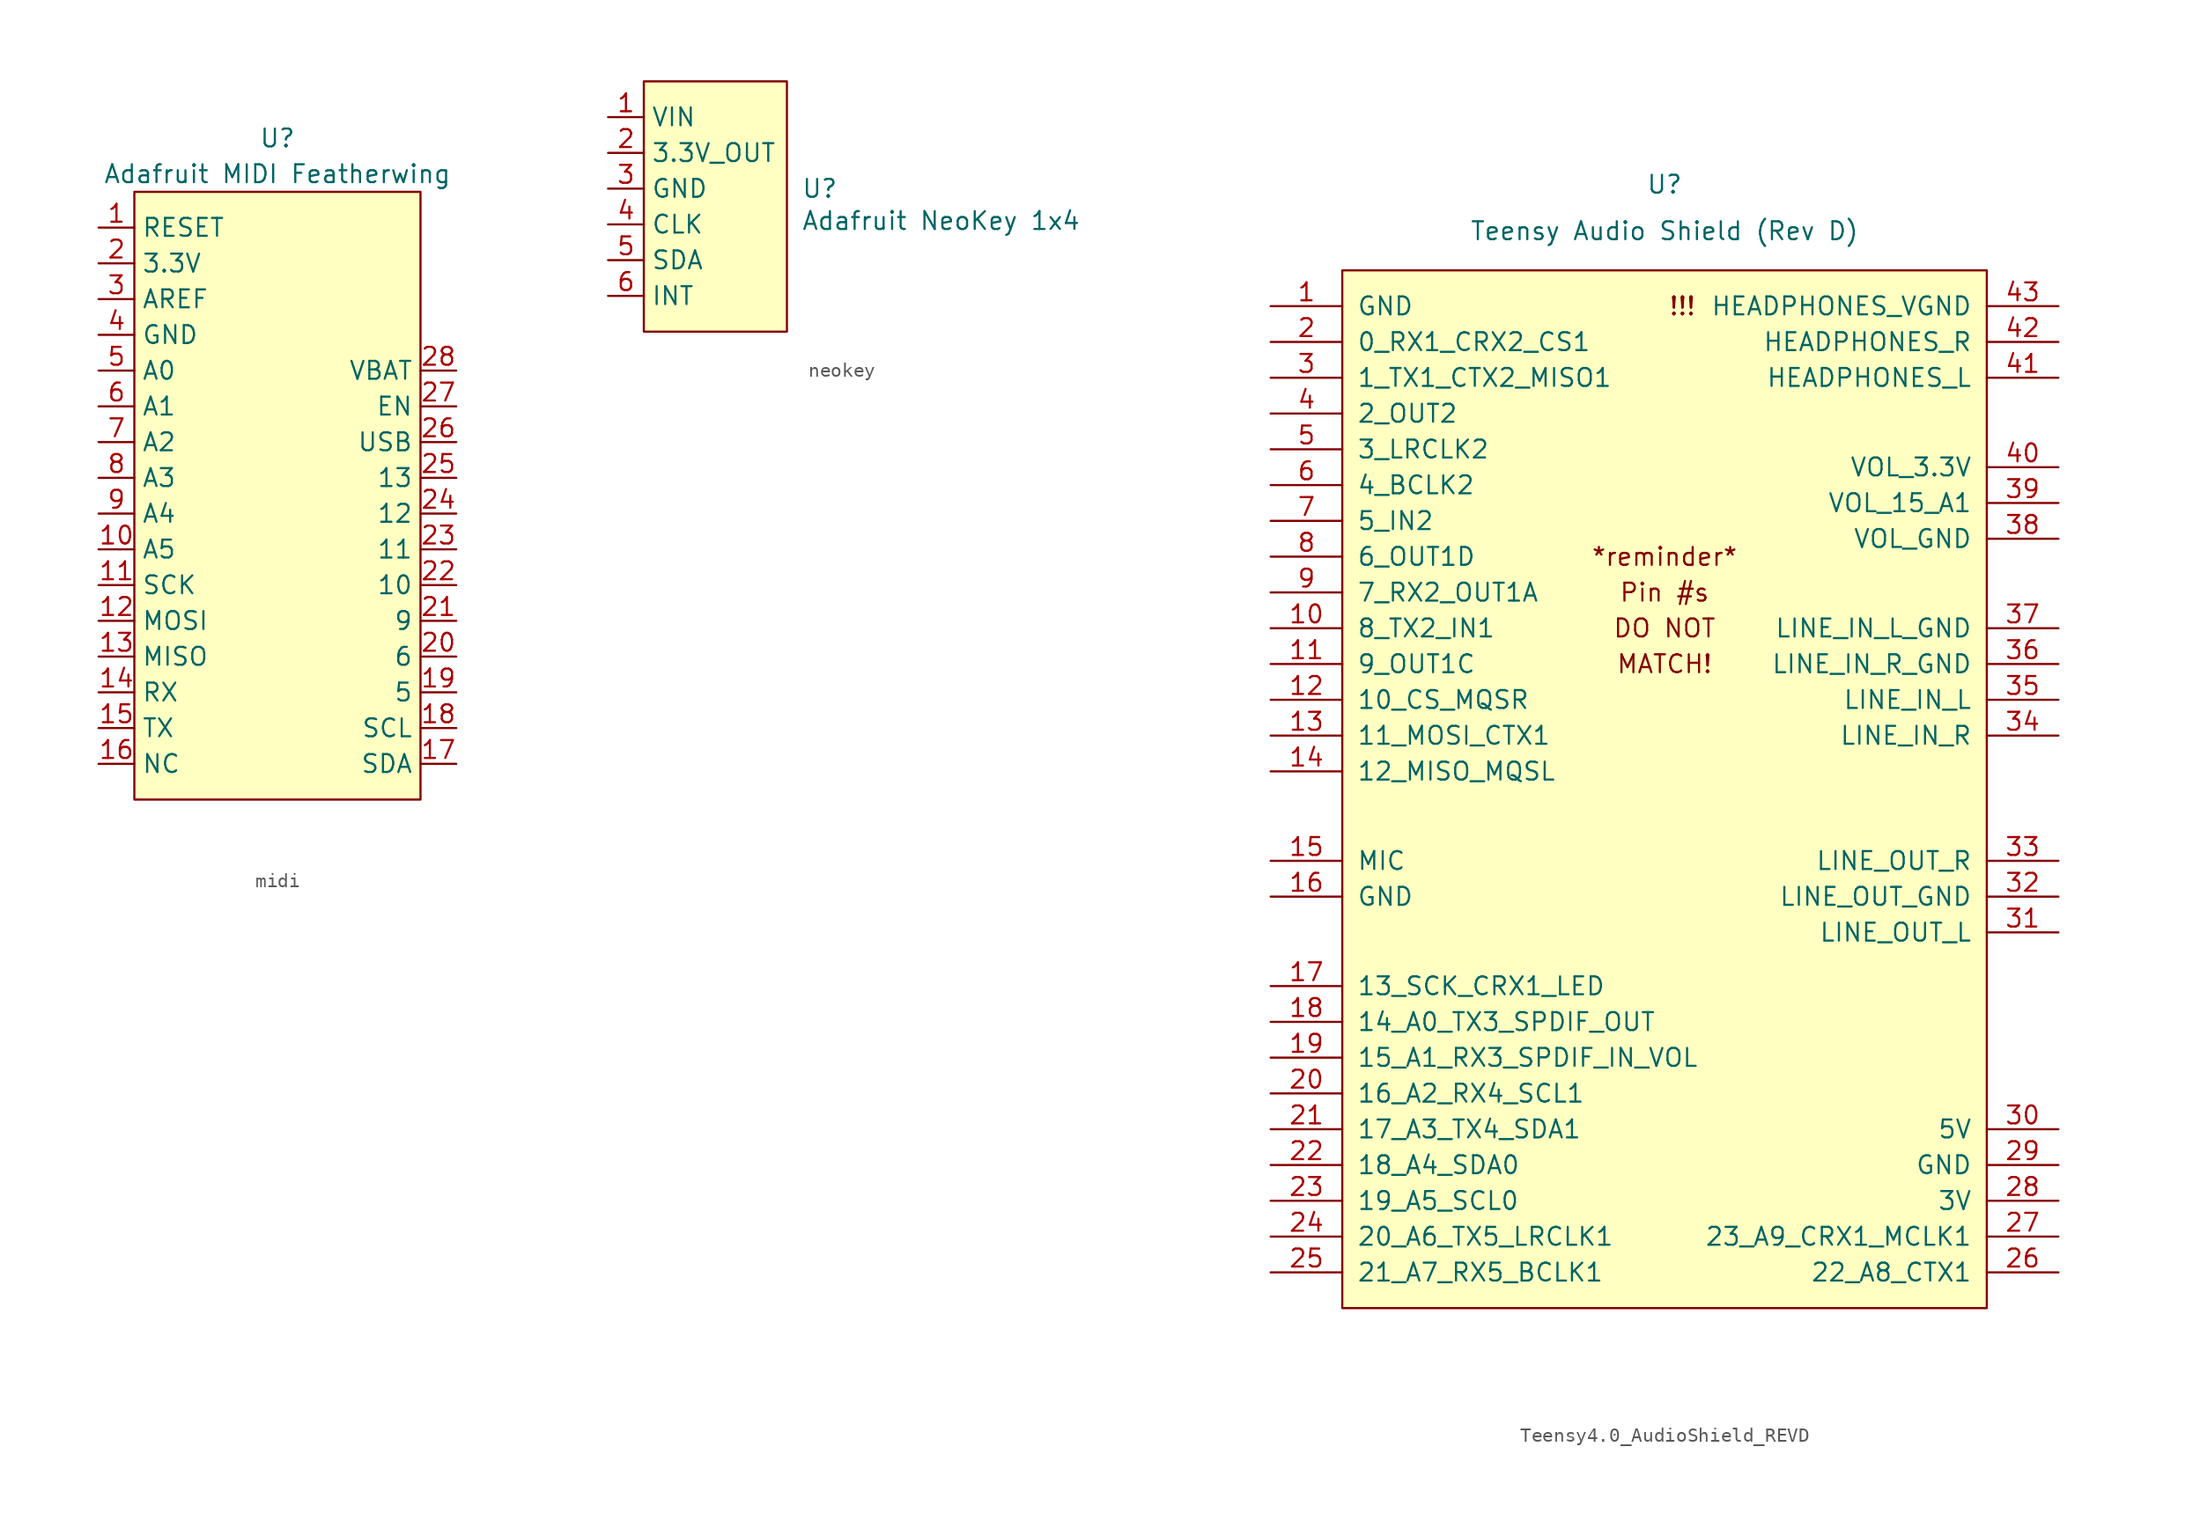
<source format=kicad_sym>
(kicad_symbol_lib
  (version 20241209)
  (generator "kicad_symbol_editor")
  (generator_version "9.0")
  (symbol "midi"
    (property "Reference" "U"
      (at 0 2.54 0)
      (effects (font (size 1.27 1.27))))
    (property "Value" "Adafruit MIDI Featherwing"
      (at 0 0 0)
      (effects (font (size 1.27 1.27))))
    (symbol "midi_0_0"
      (pin passive line (at -12.7 -3.81 0) (length 2.54) (name "RESET" (effects (font (size 1.27 1.27)))) (number "1" (effects (font (size 1.27 1.27)))))
      (pin passive line (at -12.7 -6.35 0) (length 2.54) (name "3.3V" (effects (font (size 1.27 1.27)))) (number "2" (effects (font (size 1.27 1.27)))))
      (pin passive line (at -12.7 -8.89 0) (length 2.54) (name "AREF" (effects (font (size 1.27 1.27)))) (number "3" (effects (font (size 1.27 1.27)))))
      (pin passive line (at -12.7 -11.43 0) (length 2.54) (name "GND" (effects (font (size 1.27 1.27)))) (number "4" (effects (font (size 1.27 1.27)))))
      (pin passive line (at -12.7 -13.97 0) (length 2.54) (name "A0" (effects (font (size 1.27 1.27)))) (number "5" (effects (font (size 1.27 1.27)))))
      (pin passive line (at -12.7 -16.51 0) (length 2.54) (name "A1" (effects (font (size 1.27 1.27)))) (number "6" (effects (font (size 1.27 1.27)))))
      (pin passive line (at -12.7 -19.05 0) (length 2.54) (name "A2" (effects (font (size 1.27 1.27)))) (number "7" (effects (font (size 1.27 1.27)))))
      (pin passive line (at -12.7 -21.59 0) (length 2.54) (name "A3" (effects (font (size 1.27 1.27)))) (number "8" (effects (font (size 1.27 1.27)))))
      (pin passive line (at -12.7 -24.13 0) (length 2.54) (name "A4" (effects (font (size 1.27 1.27)))) (number "9" (effects (font (size 1.27 1.27)))))
      (pin passive line (at -12.7 -26.67 0) (length 2.54) (name "A5" (effects (font (size 1.27 1.27)))) (number "10" (effects (font (size 1.27 1.27)))))
      (pin passive line (at -12.7 -29.21 0) (length 2.54) (name "SCK" (effects (font (size 1.27 1.27)))) (number "11" (effects (font (size 1.27 1.27)))))
      (pin passive line (at -12.7 -31.75 0) (length 2.54) (name "MOSI" (effects (font (size 1.27 1.27)))) (number "12" (effects (font (size 1.27 1.27)))))
      (pin passive line (at -12.7 -34.29 0) (length 2.54) (name "MISO" (effects (font (size 1.27 1.27)))) (number "13" (effects (font (size 1.27 1.27)))))
      (pin passive line (at -12.7 -36.83 0) (length 2.54) (name "RX" (effects (font (size 1.27 1.27)))) (number "14" (effects (font (size 1.27 1.27)))))
      (pin passive line (at -12.7 -39.37 0) (length 2.54) (name "TX" (effects (font (size 1.27 1.27)))) (number "15" (effects (font (size 1.27 1.27)))))
      (pin passive line (at -12.7 -41.91 0) (length 2.54) (name "NC" (effects (font (size 1.27 1.27)))) (number "16" (effects (font (size 1.27 1.27)))))
      (pin passive line (at 12.7 -13.97 180) (length 2.54) (name "VBAT" (effects (font (size 1.27 1.27)))) (number "28" (effects (font (size 1.27 1.27)))))
      (pin passive line (at 12.7 -16.51 180) (length 2.54) (name "EN" (effects (font (size 1.27 1.27)))) (number "27" (effects (font (size 1.27 1.27)))))
      (pin passive line (at 12.7 -19.05 180) (length 2.54) (name "USB" (effects (font (size 1.27 1.27)))) (number "26" (effects (font (size 1.27 1.27)))))
      (pin passive line (at 12.7 -21.59 180) (length 2.54) (name "13" (effects (font (size 1.27 1.27)))) (number "25" (effects (font (size 1.27 1.27)))))
      (pin passive line (at 12.7 -24.13 180) (length 2.54) (name "12" (effects (font (size 1.27 1.27)))) (number "24" (effects (font (size 1.27 1.27)))))
      (pin passive line (at 12.7 -26.67 180) (length 2.54) (name "11" (effects (font (size 1.27 1.27)))) (number "23" (effects (font (size 1.27 1.27)))))
      (pin passive line (at 12.7 -29.21 180) (length 2.54) (name "10" (effects (font (size 1.27 1.27)))) (number "22" (effects (font (size 1.27 1.27)))))
      (pin passive line (at 12.7 -31.75 180) (length 2.54) (name "9" (effects (font (size 1.27 1.27)))) (number "21" (effects (font (size 1.27 1.27)))))
      (pin passive line (at 12.7 -34.29 180) (length 2.54) (name "6" (effects (font (size 1.27 1.27)))) (number "20" (effects (font (size 1.27 1.27)))))
      (pin passive line (at 12.7 -36.83 180) (length 2.54) (name "5" (effects (font (size 1.27 1.27)))) (number "19" (effects (font (size 1.27 1.27)))))
      (pin passive line (at 12.7 -39.37 180) (length 2.54) (name "SCL" (effects (font (size 1.27 1.27)))) (number "18" (effects (font (size 1.27 1.27)))))
      (pin passive line (at 12.7 -41.91 180) (length 2.54) (name "SDA" (effects (font (size 1.27 1.27)))) (number "17" (effects (font (size 1.27 1.27))))))
    (symbol "midi_1_1"
      (rectangle (start -10.16 -1.27) (end 10.16 -44.45) (stroke (width 0) (type solid)) (fill (type color) (color 255 255 194 1)))))
  (symbol "neokey"
    (property "Reference" "U"
      (at 6.096 -8.89 0)
      (effects (font (size 1.27 1.27)) (justify left)))
    (property "Value" "Adafruit NeoKey 1x4"
      (at 6.096 -11.176 0)
      (effects (font (size 1.27 1.27)) (justify left)))
    (symbol "neokey_0_0"
      (pin passive line (at -7.62 -3.81 0) (length 2.54) (name "VIN" (effects (font (size 1.27 1.27)))) (number "1" (effects (font (size 1.27 1.27)))))
      (pin passive line (at -7.62 -6.35 0) (length 2.54) (name "3.3V_OUT" (effects (font (size 1.27 1.27)))) (number "2" (effects (font (size 1.27 1.27)))))
      (pin passive line (at -7.62 -8.89 0) (length 2.54) (name "GND" (effects (font (size 1.27 1.27)))) (number "3" (effects (font (size 1.27 1.27)))))
      (pin passive line (at -7.62 -11.43 0) (length 2.54) (name "CLK" (effects (font (size 1.27 1.27)))) (number "4" (effects (font (size 1.27 1.27)))))
      (pin passive line (at -7.62 -13.97 0) (length 2.54) (name "SDA" (effects (font (size 1.27 1.27)))) (number "5" (effects (font (size 1.27 1.27)))))
      (pin passive line (at -7.62 -16.51 0) (length 2.54) (name "INT" (effects (font (size 1.27 1.27)))) (number "6" (effects (font (size 1.27 1.27))))))
    (symbol "neokey_1_1"
      (rectangle (start -5.08 -1.27) (end 5.08 -19.05) (stroke (width 0) (type solid)) (fill (type color) (color 255 255 194 1)))))
  (symbol "Teensy4.0_AudioShield_REVD"
    (pin_names
      (offset 1.016))
    (property "Reference" "U"
      (at 0 42.926 0)
      (effects (font (size 1.27 1.27))))
    (property "Value" "Teensy Audio Shield (Rev D)"
      (at 0 39.624 0)
      (effects (font (size 1.27 1.27))))
    (symbol "Teensy4.0_AudioShield_REVD_0_0"
      (text "*reminder*" (at 0 16.51 0) (effects (font (size 1.27 1.27))))
      (text "Pin #s" (at 0 13.97 0) (effects (font (size 1.27 1.27))))
      (text "DO NOT" (at 0 11.43 0) (effects (font (size 1.27 1.27))))
      (text "MATCH!" (at 0 8.89 0) (effects (font (size 1.27 1.27))))
      (text "!!!" (at 1.27 34.29 0) (effects (font (size 1.27 1.27))))
      (pin bidirectional line (at -27.94 24.13 0) (length 5.08) (name "3_LRCLK2" (effects (font (size 1.27 1.27)))) (number "5" (effects (font (size 1.27 1.27)))))
      (pin bidirectional line (at -27.94 21.59 0) (length 5.08) (name "4_BCLK2" (effects (font (size 1.27 1.27)))) (number "6" (effects (font (size 1.27 1.27)))))
      (pin bidirectional line (at -27.94 19.05 0) (length 5.08) (name "5_IN2" (effects (font (size 1.27 1.27)))) (number "7" (effects (font (size 1.27 1.27)))))
      (pin bidirectional line (at -27.94 16.51 0) (length 5.08) (name "6_OUT1D" (effects (font (size 1.27 1.27)))) (number "8" (effects (font (size 1.27 1.27)))))
      (pin bidirectional line (at -27.94 13.97 0) (length 5.08) (name "7_RX2_OUT1A" (effects (font (size 1.27 1.27)))) (number "9" (effects (font (size 1.27 1.27)))))
      (pin bidirectional line (at -27.94 11.43 0) (length 5.08) (name "8_TX2_IN1" (effects (font (size 1.27 1.27)))) (number "10" (effects (font (size 1.27 1.27)))))
      (pin bidirectional line (at -27.94 8.89 0) (length 5.08) (name "9_OUT1C" (effects (font (size 1.27 1.27)))) (number "11" (effects (font (size 1.27 1.27)))))
      (pin bidirectional line (at -27.94 6.35 0) (length 5.08) (name "10_CS_MQSR" (effects (font (size 1.27 1.27)))) (number "12" (effects (font (size 1.27 1.27)))))
      (pin bidirectional line (at -27.94 3.81 0) (length 5.08) (name "11_MOSI_CTX1" (effects (font (size 1.27 1.27)))) (number "13" (effects (font (size 1.27 1.27)))))
      (pin bidirectional line (at -27.94 1.27 0) (length 5.08) (name "12_MISO_MQSL" (effects (font (size 1.27 1.27)))) (number "14" (effects (font (size 1.27 1.27)))))
      (pin bidirectional line (at -27.94 -5.08 0) (length 5.08) (name "MIC" (effects (font (size 1.27 1.27)))) (number "15" (effects (font (size 1.27 1.27)))))
      (pin power_in line (at -27.94 -7.62 0) (length 5.08) (name "GND" (effects (font (size 1.27 1.27)))) (number "16" (effects (font (size 1.27 1.27)))))
      (pin bidirectional line (at -27.94 -13.97 0) (length 5.08) (name "13_SCK_CRX1_LED" (effects (font (size 1.27 1.27)))) (number "17" (effects (font (size 1.27 1.27)))))
      (pin bidirectional line (at -27.94 -16.51 0) (length 5.08) (name "14_A0_TX3_SPDIF_OUT" (effects (font (size 1.27 1.27)))) (number "18" (effects (font (size 1.27 1.27)))))
      (pin bidirectional line (at -27.94 -19.05 0) (length 5.08) (name "15_A1_RX3_SPDIF_IN_VOL" (effects (font (size 1.27 1.27)))) (number "19" (effects (font (size 1.27 1.27)))))
      (pin bidirectional line (at -27.94 -21.59 0) (length 5.08) (name "16_A2_RX4_SCL1" (effects (font (size 1.27 1.27)))) (number "20" (effects (font (size 1.27 1.27)))))
      (pin bidirectional line (at -27.94 -24.13 0) (length 5.08) (name "17_A3_TX4_SDA1" (effects (font (size 1.27 1.27)))) (number "21" (effects (font (size 1.27 1.27)))))
      (pin bidirectional line (at -27.94 -26.67 0) (length 5.08) (name "18_A4_SDA0" (effects (font (size 1.27 1.27)))) (number "22" (effects (font (size 1.27 1.27)))))
      (pin bidirectional line (at -27.94 -29.21 0) (length 5.08) (name "19_A5_SCL0" (effects (font (size 1.27 1.27)))) (number "23" (effects (font (size 1.27 1.27)))))
      (pin bidirectional line (at -27.94 -31.75 0) (length 5.08) (name "20_A6_TX5_LRCLK1" (effects (font (size 1.27 1.27)))) (number "24" (effects (font (size 1.27 1.27)))))
      (pin bidirectional line (at -27.94 -34.29 0) (length 5.08) (name "21_A7_RX5_BCLK1" (effects (font (size 1.27 1.27)))) (number "25" (effects (font (size 1.27 1.27)))))
      (pin power_in line (at 27.94 34.29 180) (length 5.08) (name "HEADPHONES_VGND" (effects (font (size 1.27 1.27)))) (number "43" (effects (font (size 1.27 1.27)))))
      (pin bidirectional line (at 27.94 31.75 180) (length 5.08) (name "HEADPHONES_R" (effects (font (size 1.27 1.27)))) (number "42" (effects (font (size 1.27 1.27)))))
      (pin bidirectional line (at 27.94 29.21 180) (length 5.08) (name "HEADPHONES_L" (effects (font (size 1.27 1.27)))) (number "41" (effects (font (size 1.27 1.27)))))
      (pin bidirectional line (at 27.94 22.86 180) (length 5.08) (name "VOL_3.3V" (effects (font (size 1.27 1.27)))) (number "40" (effects (font (size 1.27 1.27)))))
      (pin bidirectional line (at 27.94 20.32 180) (length 5.08) (name "VOL_15_A1" (effects (font (size 1.27 1.27)))) (number "39" (effects (font (size 1.27 1.27)))))
      (pin bidirectional line (at 27.94 17.78 180) (length 5.08) (name "VOL_GND" (effects (font (size 1.27 1.27)))) (number "38" (effects (font (size 1.27 1.27)))))
      (pin power_in line (at 27.94 11.43 180) (length 5.08) (name "LINE_IN_L_GND" (effects (font (size 1.27 1.27)))) (number "37" (effects (font (size 1.27 1.27)))))
      (pin power_in line (at 27.94 8.89 180) (length 5.08) (name "LINE_IN_R_GND" (effects (font (size 1.27 1.27)))) (number "36" (effects (font (size 1.27 1.27)))))
      (pin bidirectional line (at 27.94 6.35 180) (length 5.08) (name "LINE_IN_L" (effects (font (size 1.27 1.27)))) (number "35" (effects (font (size 1.27 1.27)))))
      (pin bidirectional line (at 27.94 3.81 180) (length 5.08) (name "LINE_IN_R" (effects (font (size 1.27 1.27)))) (number "34" (effects (font (size 1.27 1.27)))))
      (pin bidirectional line (at 27.94 -5.08 180) (length 5.08) (name "LINE_OUT_R" (effects (font (size 1.27 1.27)))) (number "33" (effects (font (size 1.27 1.27)))))
      (pin power_in line (at 27.94 -7.62 180) (length 5.08) (name "LINE_OUT_GND" (effects (font (size 1.27 1.27)))) (number "32" (effects (font (size 1.27 1.27)))))
      (pin bidirectional line (at 27.94 -10.16 180) (length 5.08) (name "LINE_OUT_L" (effects (font (size 1.27 1.27)))) (number "31" (effects (font (size 1.27 1.27)))))
      (pin power_out line (at 27.94 -24.13 180) (length 5.08) (name "5V" (effects (font (size 1.27 1.27)))) (number "30" (effects (font (size 1.27 1.27)))))
      (pin power_in line (at 27.94 -26.67 180) (length 5.08) (name "GND" (effects (font (size 1.27 1.27)))) (number "29" (effects (font (size 1.27 1.27)))))
      (pin power_out line (at 27.94 -29.21 180) (length 5.08) (name "3V" (effects (font (size 1.27 1.27)))) (number "28" (effects (font (size 1.27 1.27)))))
      (pin bidirectional line (at 27.94 -31.75 180) (length 5.08) (name "23_A9_CRX1_MCLK1" (effects (font (size 1.27 1.27)))) (number "27" (effects (font (size 1.27 1.27)))))
      (pin bidirectional line (at 27.94 -34.29 180) (length 5.08) (name "22_A8_CTX1" (effects (font (size 1.27 1.27)))) (number "26" (effects (font (size 1.27 1.27))))))
    (symbol "Teensy4.0_AudioShield_REVD_0_1"
      (rectangle (start -20.32 -31.75) (end -20.32 -31.75) (stroke (width 0) (type solid)) (fill (type none))))
    (symbol "Teensy4.0_AudioShield_REVD_1_1"
      (rectangle (start -22.86 36.83) (end 22.86 -36.83) (stroke (width 0) (type solid)) (fill (type color) (color 255 255 194 1)))
      (pin power_in line (at -27.94 34.29 0) (length 5.08) (name "GND" (effects (font (size 1.27 1.27)))) (number "1" (effects (font (size 1.27 1.27)))))
      (pin bidirectional line (at -27.94 31.75 0) (length 5.08) (name "0_RX1_CRX2_CS1" (effects (font (size 1.27 1.27)))) (number "2" (effects (font (size 1.27 1.27)))))
      (pin bidirectional line (at -27.94 29.21 0) (length 5.08) (name "1_TX1_CTX2_MISO1" (effects (font (size 1.27 1.27)))) (number "3" (effects (font (size 1.27 1.27)))))
      (pin bidirectional line (at -27.94 26.67 0) (length 5.08) (name "2_OUT2" (effects (font (size 1.27 1.27)))) (number "4" (effects (font (size 1.27 1.27))))))))
</source>
